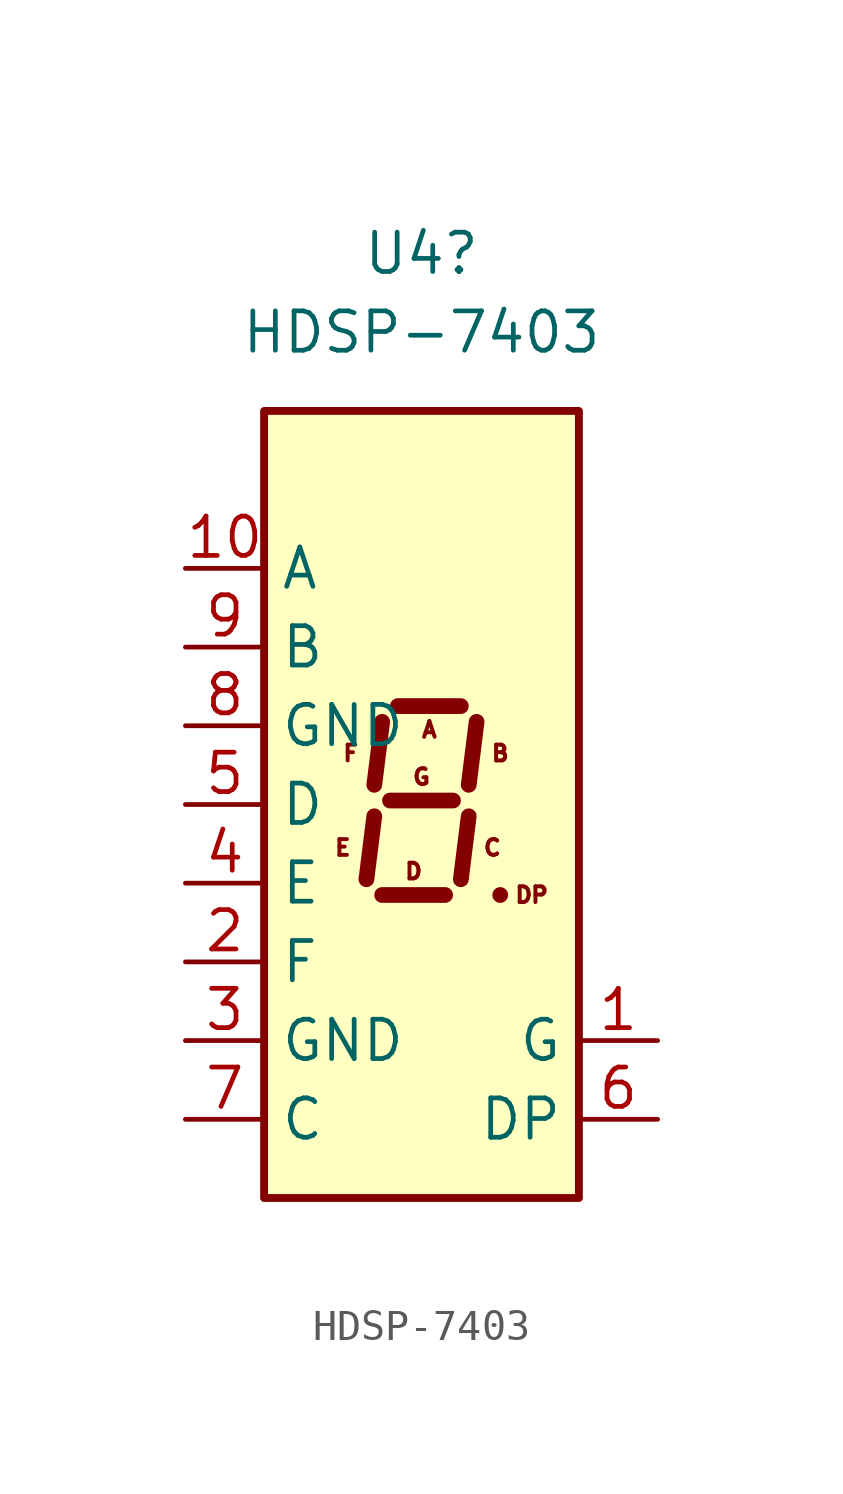
<source format=kicad_sym>
(kicad_symbol_lib
  (version 20241209)
  (generator "kicad_symbol_editor")
  (generator_version "9.0")
  (symbol "HDSP-7403"
    (property "Reference" "U4"
      (at 0 17.78 0)
      (effects (font (size 1.27 1.27))))
    (property "Value" "HDSP-7403"
      (at 0 15.24 0)
      (effects (font (size 1.27 1.27))))
    (symbol "HDSP-7403_1_0"
      (text "E" (at -2.54 -1.397 0) (effects (font (size 0.508 0.508))))
      (text "F" (at -2.286 1.651 0) (effects (font (size 0.508 0.508))))
      (text "D" (at -0.254 -2.159 0) (effects (font (size 0.508 0.508))))
      (text "G" (at 0 0.889 0) (effects (font (size 0.508 0.508))))
      (text "A" (at 0.254 2.413 0) (effects (font (size 0.508 0.508))))
      (text "C" (at 2.286 -1.397 0) (effects (font (size 0.508 0.508))))
      (text "B" (at 2.54 1.651 0) (effects (font (size 0.508 0.508))))
      (text "DP" (at 3.556 -2.921 0) (effects (font (size 0.508 0.508)))))
    (symbol "HDSP-7403_1_1"
      (rectangle (start -5.08 12.7) (end 5.08 -12.7) (stroke (width 0.254) (type default)) (fill (type background)))
      (polyline (pts (xy -1.524 -0.381) (xy -1.778 -2.413)) (stroke (width 0.508) (type default)) (fill (type none)))
      (polyline (pts (xy -1.27 2.667) (xy -1.524 0.635)) (stroke (width 0.508) (type default)) (fill (type none)))
      (polyline (pts (xy -1.27 -2.921) (xy 0.762 -2.921)) (stroke (width 0.508) (type default)) (fill (type none)))
      (polyline (pts (xy -1.016 0.127) (xy 1.016 0.127)) (stroke (width 0.508) (type default)) (fill (type none)))
      (polyline (pts (xy -0.762 3.175) (xy 1.27 3.175)) (stroke (width 0.508) (type default)) (fill (type none)))
      (polyline (pts (xy 1.524 -0.381) (xy 1.27 -2.413)) (stroke (width 0.508) (type default)) (fill (type none)))
      (polyline (pts (xy 1.778 2.667) (xy 1.524 0.635)) (stroke (width 0.508) (type default)) (fill (type none)))
      (polyline (pts (xy 2.54 -2.921) (xy 2.54 -2.921)) (stroke (width 0.508) (type default)) (fill (type none)))
      (pin input line (at -7.62 7.62 0) (length 2.54) (name "A" (effects (font (size 1.27 1.27)))) (number "10" (effects (font (size 1.27 1.27)))))
      (pin input line (at -7.62 5.08 0) (length 2.54) (name "B" (effects (font (size 1.27 1.27)))) (number "9" (effects (font (size 1.27 1.27)))))
      (pin input line (at -7.62 2.54 0) (length 2.54) (name "GND" (effects (font (size 1.27 1.27)))) (number "8" (effects (font (size 1.27 1.27)))))
      (pin input line (at -7.62 0 0) (length 2.54) (name "D" (effects (font (size 1.27 1.27)))) (number "5" (effects (font (size 1.27 1.27)))))
      (pin input line (at -7.62 -2.54 0) (length 2.54) (name "E" (effects (font (size 1.27 1.27)))) (number "4" (effects (font (size 1.27 1.27)))))
      (pin input line (at -7.62 -5.08 0) (length 2.54) (name "F" (effects (font (size 1.27 1.27)))) (number "2" (effects (font (size 1.27 1.27)))))
      (pin input line (at -7.62 -7.62 0) (length 2.54) (name "GND" (effects (font (size 1.27 1.27)))) (number "3" (effects (font (size 1.27 1.27)))))
      (pin input line (at -7.62 -10.16 0) (length 2.54) (name "C" (effects (font (size 1.27 1.27)))) (number "7" (effects (font (size 1.27 1.27)))))
      (pin input line (at 7.62 -7.62 180) (length 2.54) (name "G" (effects (font (size 1.27 1.27)))) (number "1" (effects (font (size 1.27 1.27)))))
      (pin input line (at 7.62 -10.16 180) (length 2.54) (name "DP" (effects (font (size 1.27 1.27)))) (number "6" (effects (font (size 1.27 1.27))))))))
</source>
